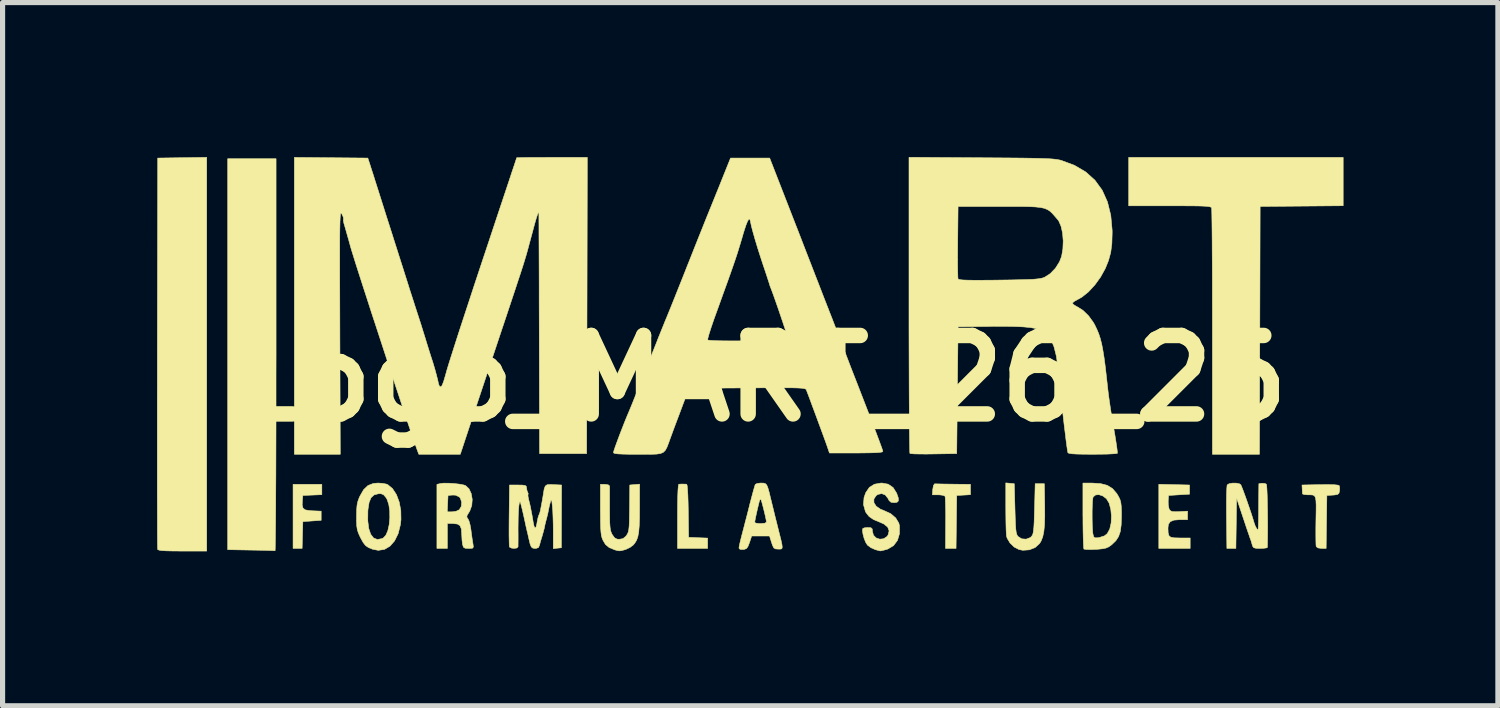
<source format=kicad_pcb>
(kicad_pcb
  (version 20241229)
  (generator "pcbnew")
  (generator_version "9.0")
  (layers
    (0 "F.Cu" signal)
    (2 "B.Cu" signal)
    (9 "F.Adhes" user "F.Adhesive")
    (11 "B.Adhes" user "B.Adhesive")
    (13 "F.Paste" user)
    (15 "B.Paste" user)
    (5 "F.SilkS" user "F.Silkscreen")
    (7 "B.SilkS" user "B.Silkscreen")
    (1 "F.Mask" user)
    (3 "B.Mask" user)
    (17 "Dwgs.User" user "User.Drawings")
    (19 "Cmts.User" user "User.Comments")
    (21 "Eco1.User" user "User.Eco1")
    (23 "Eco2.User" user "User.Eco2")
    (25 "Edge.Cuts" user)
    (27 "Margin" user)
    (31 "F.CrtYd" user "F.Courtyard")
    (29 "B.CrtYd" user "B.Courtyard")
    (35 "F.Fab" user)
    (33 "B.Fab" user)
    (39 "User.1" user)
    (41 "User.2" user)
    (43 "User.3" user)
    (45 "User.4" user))
  (footprint "Logo_MART_26_26"
    (layer "F.Cu")
    (at 11.735 4.3)
    (property "Reference" "Logo_MART_26_26" (at 0 0 0) (layer "F.SilkS") (effects (font (size 1.524 1.524) (thickness 0.3))))
    (attr through_hole)
    (fp_poly (pts (xy -8.534 2.258) (xy -8.903 2.273) (xy -8.911 2.359) (xy -8.916 2.458) (xy -8.9 2.519) (xy -8.856 2.553) (xy -8.775 2.567) (xy -8.718 2.571) (xy -8.547 2.578) (xy -8.547 2.756) (xy -8.903 2.781) (xy -8.917 3.302) (xy -9.093 3.302) (xy -9.093 2.057) (xy -8.534 2.057) (xy -8.534 2.258)) (stroke (width 0.01) (type solid)) (fill yes) (layer "F.SilkS"))
    (fp_poly (pts (xy -1.469 2.053) (xy -1.448 2.055) (xy -1.439 2.08) (xy -1.432 2.152) (xy -1.425 2.264) (xy -1.42 2.413) (xy -1.417 2.572) (xy -1.41 3.086) (xy -1.226 3.094) (xy -1.041 3.101) (xy -1.041 3.302) (xy -1.626 3.302) (xy -1.626 2.68) (xy -1.625 2.469) (xy -1.622 2.299) (xy -1.617 2.171) (xy -1.61 2.089) (xy -1.602 2.055) (xy -1.6 2.055) (xy -1.555 2.052) (xy -1.524 2.052) (xy -1.469 2.053)) (stroke (width 0.01) (type solid)) (fill yes) (layer "F.SilkS"))
    (fp_poly (pts (xy -9.423 -0.457) (xy -9.424 -0.022) (xy -9.424 0.4) (xy -9.424 0.804) (xy -9.425 1.189) (xy -9.426 1.552) (xy -9.427 1.889) (xy -9.429 2.198) (xy -9.43 2.476) (xy -9.432 2.721) (xy -9.434 2.93) (xy -9.436 3.099) (xy -9.438 3.227) (xy -9.44 3.31) (xy -9.442 3.346) (xy -9.442 3.347) (xy -9.473 3.345) (xy -9.546 3.342) (xy -9.652 3.339) (xy -9.784 3.336) (xy -9.912 3.334) (xy -10.363 3.326) (xy -10.363 -4.267) (xy -9.423 -4.267) (xy -9.423 -0.457)) (stroke (width 0.01) (type solid)) (fill yes) (layer "F.SilkS"))
    (fp_poly (pts (xy -10.77 3.353) (xy -11.24 3.353) (xy -11.418 3.352) (xy -11.55 3.349) (xy -11.641 3.344) (xy -11.696 3.335) (xy -11.721 3.324) (xy -11.723 3.321) (xy -11.724 3.292) (xy -11.726 3.216) (xy -11.727 3.094) (xy -11.728 2.93) (xy -11.728 2.726) (xy -11.729 2.486) (xy -11.73 2.212) (xy -11.73 1.906) (xy -11.73 1.573) (xy -11.73 1.214) (xy -11.73 0.832) (xy -11.73 0.43) (xy -11.729 0.012) (xy -11.729 -0.421) (xy -11.729 -0.495) (xy -11.722 -4.28) (xy -11.246 -4.287) (xy -10.77 -4.294) (xy -10.77 3.353)) (stroke (width 0.01) (type solid)) (fill yes) (layer "F.SilkS"))
    (fp_poly (pts (xy 3.408 2.048) (xy 3.484 2.05) (xy 3.59 2.052) (xy 3.715 2.053) (xy 3.734 2.054) (xy 4.064 2.057) (xy 4.064 2.258) (xy 3.931 2.266) (xy 3.797 2.273) (xy 3.784 3.302) (xy 3.579 3.302) (xy 3.582 2.808) (xy 3.583 2.653) (xy 3.581 2.516) (xy 3.578 2.404) (xy 3.575 2.325) (xy 3.57 2.288) (xy 3.569 2.287) (xy 3.536 2.271) (xy 3.471 2.262) (xy 3.439 2.261) (xy 3.324 2.261) (xy 3.332 2.153) (xy 3.345 2.08) (xy 3.366 2.048) (xy 3.372 2.047) (xy 3.408 2.048)) (stroke (width 0.01) (type solid)) (fill yes) (layer "F.SilkS"))
    (fp_poly (pts (xy 8.02 2.063) (xy 8.319 2.07) (xy 8.319 2.248) (xy 7.912 2.273) (xy 7.904 2.38) (xy 7.906 2.461) (xy 7.92 2.529) (xy 7.925 2.541) (xy 7.947 2.57) (xy 7.98 2.585) (xy 8.039 2.589) (xy 8.117 2.587) (xy 8.281 2.578) (xy 8.28 2.743) (xy 8.13 2.743) (xy 8.017 2.752) (xy 7.945 2.781) (xy 7.908 2.835) (xy 7.9 2.904) (xy 7.903 2.996) (xy 7.918 3.053) (xy 7.954 3.084) (xy 8.022 3.096) (xy 8.131 3.099) (xy 8.131 3.099) (xy 8.331 3.099) (xy 8.331 3.302) (xy 7.722 3.302) (xy 7.722 2.056) (xy 8.02 2.063)) (stroke (width 0.01) (type solid)) (fill yes) (layer "F.SilkS"))
    (fp_poly (pts (xy 11.303 -3.354) (xy 9.69 -3.34) (xy 9.677 1.473) (xy 8.763 1.473) (xy 8.763 -0.9) (xy 8.763 -1.243) (xy 8.762 -1.572) (xy 8.762 -1.884) (xy 8.761 -2.175) (xy 8.759 -2.44) (xy 8.758 -2.677) (xy 8.756 -2.882) (xy 8.754 -3.052) (xy 8.752 -3.182) (xy 8.75 -3.269) (xy 8.748 -3.31) (xy 8.748 -3.313) (xy 8.738 -3.324) (xy 8.717 -3.333) (xy 8.679 -3.34) (xy 8.618 -3.345) (xy 8.53 -3.349) (xy 8.409 -3.351) (xy 8.25 -3.352) (xy 8.048 -3.353) (xy 7.935 -3.353) (xy 7.137 -3.353) (xy 7.137 -4.293) (xy 11.303 -4.293) (xy 11.303 -3.354)) (stroke (width 0.01) (type solid)) (fill yes) (layer "F.SilkS"))
    (fp_poly (pts (xy 11.133 2.065) (xy 11.204 2.073) (xy 11.227 2.083) (xy 11.235 2.125) (xy 11.232 2.184) (xy 11.221 2.23) (xy 11.195 2.253) (xy 11.139 2.263) (xy 11.103 2.266) (xy 10.986 2.273) (xy 10.972 3.302) (xy 10.883 3.302) (xy 10.813 3.292) (xy 10.779 3.266) (xy 10.775 3.23) (xy 10.773 3.152) (xy 10.772 3.04) (xy 10.772 2.904) (xy 10.774 2.758) (xy 10.777 2.587) (xy 10.778 2.461) (xy 10.774 2.372) (xy 10.764 2.314) (xy 10.745 2.281) (xy 10.715 2.265) (xy 10.673 2.261) (xy 10.616 2.261) (xy 10.615 2.261) (xy 10.552 2.256) (xy 10.516 2.245) (xy 10.513 2.242) (xy 10.51 2.205) (xy 10.507 2.146) (xy 10.503 2.07) (xy 10.857 2.063) (xy 11.016 2.062) (xy 11.133 2.065)) (stroke (width 0.01) (type solid)) (fill yes) (layer "F.SilkS"))
    (fp_poly (pts (xy 4.832 2.037) (xy 4.915 2.045) (xy 4.928 2.531) (xy 4.933 2.702) (xy 4.938 2.831) (xy 4.944 2.923) (xy 4.952 2.986) (xy 4.963 3.028) (xy 4.977 3.057) (xy 4.989 3.071) (xy 5.059 3.115) (xy 5.144 3.122) (xy 5.223 3.092) (xy 5.248 3.071) (xy 5.265 3.047) (xy 5.278 3.014) (xy 5.287 2.965) (xy 5.295 2.892) (xy 5.301 2.787) (xy 5.305 2.644) (xy 5.309 2.531) (xy 5.321 2.045) (xy 5.499 2.045) (xy 5.506 2.464) (xy 5.507 2.675) (xy 5.502 2.842) (xy 5.489 2.973) (xy 5.468 3.075) (xy 5.437 3.155) (xy 5.407 3.205) (xy 5.321 3.284) (xy 5.208 3.329) (xy 5.081 3.338) (xy 5.005 3.323) (xy 4.913 3.275) (xy 4.831 3.196) (xy 4.776 3.102) (xy 4.765 3.065) (xy 4.76 3.017) (xy 4.756 2.927) (xy 4.753 2.805) (xy 4.751 2.661) (xy 4.75 2.51) (xy 4.75 2.029) (xy 4.832 2.037)) (stroke (width 0.01) (type solid)) (fill yes) (layer "F.SilkS"))
    (fp_poly (pts (xy -2.363 2.519) (xy -2.364 2.716) (xy -2.37 2.868) (xy -2.38 2.986) (xy -2.397 3.075) (xy -2.421 3.143) (xy -2.455 3.198) (xy -2.485 3.235) (xy -2.548 3.282) (xy -2.628 3.32) (xy -2.639 3.324) (xy -2.711 3.344) (xy -2.759 3.349) (xy -2.809 3.34) (xy -2.846 3.329) (xy -2.953 3.285) (xy -3.025 3.225) (xy -3.075 3.141) (xy -3.092 3.098) (xy -3.105 3.048) (xy -3.113 2.984) (xy -3.119 2.897) (xy -3.122 2.779) (xy -3.123 2.622) (xy -3.124 2.546) (xy -3.124 2.057) (xy -3.035 2.057) (xy -2.972 2.066) (xy -2.946 2.088) (xy -2.946 2.089) (xy -2.945 2.124) (xy -2.945 2.201) (xy -2.945 2.31) (xy -2.945 2.441) (xy -2.945 2.534) (xy -2.944 2.691) (xy -2.942 2.806) (xy -2.936 2.889) (xy -2.928 2.947) (xy -2.914 2.991) (xy -2.896 3.03) (xy -2.892 3.035) (xy -2.848 3.096) (xy -2.8 3.121) (xy -2.755 3.124) (xy -2.684 3.111) (xy -2.629 3.065) (xy -2.616 3.048) (xy -2.597 3.017) (xy -2.582 2.982) (xy -2.572 2.934) (xy -2.565 2.865) (xy -2.561 2.767) (xy -2.559 2.632) (xy -2.557 2.521) (xy -2.553 2.07) (xy -2.457 2.062) (xy -2.362 2.054) (xy -2.363 2.519)) (stroke (width 0.01) (type solid)) (fill yes) (layer "F.SilkS"))
    (fp_poly (pts (xy -7.356 2.038) (xy -7.282 2.052) (xy -7.257 2.061) (xy -7.162 2.139) (xy -7.086 2.255) (xy -7.031 2.401) (xy -7 2.567) (xy -6.997 2.743) (xy -7.008 2.841) (xy -7.052 3.015) (xy -7.121 3.155) (xy -7.211 3.258) (xy -7.318 3.321) (xy -7.438 3.339) (xy -7.55 3.317) (xy -7.63 3.284) (xy -7.686 3.245) (xy -7.732 3.186) (xy -7.782 3.095) (xy -7.791 3.077) (xy -7.824 3.004) (xy -7.845 2.939) (xy -7.856 2.866) (xy -7.86 2.769) (xy -7.86 2.762) (xy -7.642 2.762) (xy -7.623 2.914) (xy -7.585 3.027) (xy -7.528 3.1) (xy -7.455 3.128) (xy -7.366 3.111) (xy -7.341 3.099) (xy -7.291 3.046) (xy -7.252 2.956) (xy -7.226 2.839) (xy -7.214 2.709) (xy -7.216 2.576) (xy -7.233 2.453) (xy -7.266 2.352) (xy -7.287 2.315) (xy -7.334 2.26) (xy -7.383 2.24) (xy -7.436 2.24) (xy -7.519 2.262) (xy -7.578 2.316) (xy -7.616 2.407) (xy -7.637 2.54) (xy -7.64 2.574) (xy -7.642 2.762) (xy -7.86 2.762) (xy -7.86 2.68) (xy -7.858 2.553) (xy -7.85 2.46) (xy -7.834 2.386) (xy -7.807 2.313) (xy -7.793 2.284) (xy -7.722 2.16) (xy -7.638 2.08) (xy -7.535 2.04) (xy -7.443 2.032) (xy -7.356 2.038)) (stroke (width 0.01) (type solid)) (fill yes) (layer "F.SilkS"))
    (fp_poly (pts (xy -6.068 2.035) (xy -5.959 2.042) (xy -5.856 2.054) (xy -5.775 2.07) (xy -5.743 2.081) (xy -5.676 2.144) (xy -5.632 2.238) (xy -5.613 2.351) (xy -5.622 2.467) (xy -5.66 2.573) (xy -5.674 2.597) (xy -5.711 2.656) (xy -5.719 2.692) (xy -5.701 2.721) (xy -5.698 2.724) (xy -5.676 2.767) (xy -5.655 2.844) (xy -5.638 2.94) (xy -5.637 2.949) (xy -5.623 3.055) (xy -5.609 3.152) (xy -5.598 3.219) (xy -5.598 3.219) (xy -5.591 3.272) (xy -5.604 3.296) (xy -5.65 3.302) (xy -5.684 3.302) (xy -5.75 3.298) (xy -5.783 3.279) (xy -5.799 3.232) (xy -5.801 3.223) (xy -5.811 3.145) (xy -5.816 3.052) (xy -5.817 3.03) (xy -5.824 2.925) (xy -5.85 2.86) (xy -5.901 2.828) (xy -5.983 2.819) (xy -6.096 2.819) (xy -6.096 3.302) (xy -6.299 3.302) (xy -6.299 2.591) (xy -6.098 2.591) (xy -6.004 2.591) (xy -5.927 2.58) (xy -5.867 2.552) (xy -5.863 2.549) (xy -5.825 2.484) (xy -5.819 2.403) (xy -5.843 2.328) (xy -5.865 2.301) (xy -5.938 2.267) (xy -5.998 2.265) (xy -6.083 2.273) (xy -6.091 2.432) (xy -6.098 2.591) (xy -6.299 2.591) (xy -6.299 2.058) (xy -6.233 2.042) (xy -6.165 2.034) (xy -6.068 2.035)) (stroke (width 0.01) (type solid)) (fill yes) (layer "F.SilkS"))
    (fp_poly (pts (xy 6.591 2.043) (xy 6.722 2.077) (xy 6.824 2.141) (xy 6.907 2.238) (xy 6.943 2.299) (xy 6.968 2.352) (xy 6.984 2.41) (xy 6.993 2.485) (xy 6.997 2.59) (xy 6.997 2.68) (xy 6.991 2.846) (xy 6.974 2.974) (xy 6.94 3.072) (xy 6.887 3.153) (xy 6.811 3.226) (xy 6.803 3.233) (xy 6.75 3.271) (xy 6.696 3.295) (xy 6.626 3.309) (xy 6.524 3.319) (xy 6.498 3.32) (xy 6.399 3.324) (xy 6.319 3.322) (xy 6.273 3.316) (xy 6.267 3.313) (xy 6.262 3.283) (xy 6.258 3.21) (xy 6.254 3.1) (xy 6.251 2.96) (xy 6.249 2.798) (xy 6.249 2.706) (xy 6.427 2.706) (xy 6.429 2.828) (xy 6.434 2.934) (xy 6.44 3.009) (xy 6.443 3.022) (xy 6.456 3.074) (xy 6.48 3.095) (xy 6.531 3.095) (xy 6.563 3.091) (xy 6.666 3.058) (xy 6.721 3.014) (xy 6.769 2.926) (xy 6.796 2.807) (xy 6.802 2.673) (xy 6.789 2.54) (xy 6.757 2.422) (xy 6.705 2.336) (xy 6.635 2.283) (xy 6.56 2.258) (xy 6.494 2.263) (xy 6.45 2.299) (xy 6.442 2.318) (xy 6.435 2.372) (xy 6.43 2.464) (xy 6.427 2.58) (xy 6.427 2.706) (xy 6.249 2.706) (xy 6.248 2.663) (xy 6.248 2.032) (xy 6.422 2.032) (xy 6.591 2.043)) (stroke (width 0.01) (type solid)) (fill yes) (layer "F.SilkS"))
    (fp_poly (pts (xy 9.228 2.034) (xy 9.289 2.047) (xy 9.314 2.064) (xy 9.33 2.1) (xy 9.359 2.174) (xy 9.396 2.274) (xy 9.437 2.389) (xy 9.478 2.508) (xy 9.516 2.62) (xy 9.546 2.714) (xy 9.566 2.779) (xy 9.57 2.794) (xy 9.595 2.865) (xy 9.618 2.908) (xy 9.631 2.928) (xy 9.641 2.939) (xy 9.648 2.935) (xy 9.653 2.911) (xy 9.656 2.86) (xy 9.658 2.777) (xy 9.66 2.656) (xy 9.661 2.49) (xy 9.661 2.464) (xy 9.665 2.045) (xy 9.725 2.036) (xy 9.782 2.04) (xy 9.811 2.054) (xy 9.817 2.084) (xy 9.822 2.156) (xy 9.827 2.264) (xy 9.83 2.397) (xy 9.833 2.549) (xy 9.835 2.711) (xy 9.836 2.875) (xy 9.835 3.033) (xy 9.833 3.176) (xy 9.831 3.283) (xy 9.807 3.293) (xy 9.748 3.3) (xy 9.693 3.302) (xy 9.613 3.3) (xy 9.569 3.289) (xy 9.547 3.264) (xy 9.536 3.232) (xy 9.52 3.175) (xy 9.509 3.14) (xy 9.495 3.103) (xy 9.493 3.099) (xy 9.481 3.062) (xy 9.455 2.987) (xy 9.419 2.882) (xy 9.378 2.758) (xy 9.356 2.693) (xy 9.233 2.326) (xy 9.226 2.814) (xy 9.219 3.302) (xy 9.044 3.302) (xy 9.037 2.703) (xy 9.036 2.532) (xy 9.036 2.377) (xy 9.038 2.246) (xy 9.042 2.145) (xy 9.047 2.084) (xy 9.05 2.068) (xy 9.088 2.045) (xy 9.154 2.033) (xy 9.228 2.034)) (stroke (width 0.01) (type solid)) (fill yes) (layer "F.SilkS"))
    (fp_poly (pts (xy 2.466 2.054) (xy 2.561 2.119) (xy 2.629 2.227) (xy 2.63 2.228) (xy 2.662 2.32) (xy 2.665 2.378) (xy 2.636 2.406) (xy 2.583 2.413) (xy 2.52 2.405) (xy 2.482 2.37) (xy 2.462 2.33) (xy 2.41 2.264) (xy 2.34 2.237) (xy 2.265 2.253) (xy 2.233 2.275) (xy 2.188 2.342) (xy 2.189 2.413) (xy 2.232 2.481) (xy 2.313 2.538) (xy 2.382 2.566) (xy 2.512 2.625) (xy 2.611 2.709) (xy 2.672 2.809) (xy 2.685 2.862) (xy 2.685 3.016) (xy 2.646 3.146) (xy 2.57 3.247) (xy 2.46 3.313) (xy 2.426 3.324) (xy 2.36 3.341) (xy 2.317 3.35) (xy 2.311 3.35) (xy 2.281 3.343) (xy 2.222 3.327) (xy 2.21 3.323) (xy 2.131 3.288) (xy 2.064 3.238) (xy 2.063 3.237) (xy 2.029 3.184) (xy 1.998 3.106) (xy 1.976 3.023) (xy 1.966 2.953) (xy 1.972 2.915) (xy 2.003 2.902) (xy 2.063 2.896) (xy 2.072 2.896) (xy 2.131 2.9) (xy 2.155 2.922) (xy 2.159 2.968) (xy 2.18 3.046) (xy 2.232 3.098) (xy 2.303 3.122) (xy 2.377 3.114) (xy 2.442 3.071) (xy 2.463 3.042) (xy 2.484 2.961) (xy 2.457 2.889) (xy 2.384 2.828) (xy 2.31 2.795) (xy 2.182 2.742) (xy 2.095 2.682) (xy 2.036 2.607) (xy 2.023 2.583) (xy 1.986 2.45) (xy 1.997 2.311) (xy 2.031 2.218) (xy 2.1 2.116) (xy 2.198 2.055) (xy 2.328 2.032) (xy 2.345 2.032) (xy 2.466 2.054)) (stroke (width 0.01) (type solid)) (fill yes) (layer "F.SilkS"))
    (fp_poly (pts (xy 0.048 2.034) (xy 0.082 2.044) (xy 0.108 2.072) (xy 0.13 2.126) (xy 0.155 2.214) (xy 0.178 2.311) (xy 0.202 2.408) (xy 0.234 2.538) (xy 0.27 2.686) (xy 0.308 2.837) (xy 0.316 2.87) (xy 0.356 3.029) (xy 0.385 3.144) (xy 0.402 3.224) (xy 0.408 3.274) (xy 0.403 3.302) (xy 0.388 3.313) (xy 0.362 3.315) (xy 0.33 3.315) (xy 0.277 3.311) (xy 0.245 3.293) (xy 0.221 3.247) (xy 0.201 3.188) (xy 0.161 3.061) (xy -0.186 3.061) (xy -0.228 3.188) (xy -0.257 3.263) (xy -0.285 3.303) (xy -0.325 3.319) (xy -0.351 3.323) (xy -0.41 3.321) (xy -0.431 3.298) (xy -0.432 3.291) (xy -0.426 3.251) (xy -0.409 3.174) (xy -0.384 3.074) (xy -0.366 3.004) (xy -0.333 2.878) (xy -0.312 2.796) (xy -0.127 2.796) (xy -0.104 2.81) (xy -0.047 2.818) (xy -0.013 2.819) (xy 0.067 2.813) (xy 0.1 2.793) (xy 0.101 2.788) (xy 0.095 2.747) (xy 0.08 2.675) (xy 0.059 2.586) (xy 0.036 2.495) (xy 0.015 2.415) (xy -0.002 2.36) (xy -0.009 2.345) (xy -0.024 2.355) (xy -0.035 2.379) (xy -0.049 2.435) (xy -0.069 2.517) (xy -0.09 2.609) (xy -0.109 2.697) (xy -0.122 2.764) (xy -0.127 2.796) (xy -0.312 2.796) (xy -0.293 2.724) (xy -0.251 2.561) (xy -0.216 2.42) (xy -0.183 2.295) (xy -0.154 2.187) (xy -0.131 2.106) (xy -0.117 2.062) (xy -0.115 2.058) (xy -0.081 2.041) (xy -0.018 2.032) (xy -0.001 2.032) (xy 0.048 2.034)) (stroke (width 0.01) (type solid)) (fill yes) (layer "F.SilkS"))
    (fp_poly (pts (xy -4.032 2.063) (xy -3.878 2.07) (xy -3.88 2.68) (xy -3.882 3.289) (xy -3.96 3.297) (xy -4.039 3.305) (xy -4.039 2.977) (xy -4.04 2.835) (xy -4.044 2.694) (xy -4.049 2.571) (xy -4.056 2.487) (xy -4.065 2.402) (xy -4.073 2.363) (xy -4.082 2.363) (xy -4.094 2.398) (xy -4.095 2.4) (xy -4.117 2.485) (xy -4.131 2.553) (xy -4.146 2.629) (xy -4.168 2.717) (xy -4.172 2.731) (xy -4.19 2.8) (xy -4.202 2.85) (xy -4.203 2.857) (xy -4.214 2.911) (xy -4.235 2.99) (xy -4.258 3.071) (xy -4.267 3.099) (xy -4.29 3.175) (xy -4.304 3.232) (xy -4.326 3.284) (xy -4.372 3.301) (xy -4.392 3.302) (xy -4.437 3.296) (xy -4.467 3.271) (xy -4.489 3.216) (xy -4.511 3.124) (xy -4.521 3.077) (xy -4.538 3.004) (xy -4.546 2.972) (xy -4.565 2.891) (xy -4.58 2.823) (xy -4.583 2.807) (xy -4.611 2.679) (xy -4.637 2.564) (xy -4.66 2.472) (xy -4.676 2.412) (xy -4.683 2.395) (xy -4.695 2.406) (xy -4.706 2.463) (xy -4.714 2.559) (xy -4.72 2.688) (xy -4.722 2.844) (xy -4.723 2.908) (xy -4.722 3.035) (xy -4.722 3.144) (xy -4.723 3.225) (xy -4.723 3.268) (xy -4.723 3.27) (xy -4.745 3.293) (xy -4.794 3.301) (xy -4.848 3.296) (xy -4.886 3.277) (xy -4.891 3.27) (xy -4.894 3.236) (xy -4.896 3.159) (xy -4.898 3.047) (xy -4.898 2.906) (xy -4.897 2.746) (xy -4.896 2.654) (xy -4.889 2.07) (xy -4.724 2.07) (xy -4.635 2.072) (xy -4.585 2.079) (xy -4.564 2.095) (xy -4.559 2.121) (xy -4.549 2.18) (xy -4.538 2.205) (xy -4.525 2.241) (xy -4.529 2.251) (xy -4.531 2.282) (xy -4.52 2.341) (xy -4.516 2.357) (xy -4.496 2.436) (xy -4.481 2.503) (xy -4.48 2.508) (xy -4.466 2.583) (xy -4.458 2.623) (xy -4.447 2.684) (xy -4.433 2.766) (xy -4.43 2.788) (xy -4.412 2.871) (xy -4.393 2.904) (xy -4.374 2.887) (xy -4.357 2.82) (xy -4.355 2.801) (xy -4.34 2.724) (xy -4.325 2.668) (xy -4.318 2.654) (xy -4.302 2.615) (xy -4.285 2.547) (xy -4.282 2.527) (xy -4.267 2.449) (xy -4.255 2.384) (xy -4.254 2.375) (xy -4.243 2.314) (xy -4.231 2.239) (xy -4.215 2.144) (xy -4.194 2.09) (xy -4.158 2.065) (xy -4.094 2.06) (xy -4.032 2.063)) (stroke (width 0.01) (type solid)) (fill yes) (layer "F.SilkS"))
    (fp_poly (pts (xy -7.641 -4.28) (xy -7.595 -4.14) (xy -7.573 -4.07) (xy -7.538 -3.963) (xy -7.496 -3.829) (xy -7.448 -3.679) (xy -7.405 -3.543) (xy -7.348 -3.363) (xy -7.285 -3.164) (xy -7.222 -2.967) (xy -7.165 -2.789) (xy -7.139 -2.705) (xy -7.088 -2.546) (xy -7.028 -2.357) (xy -6.964 -2.157) (xy -6.903 -1.964) (xy -6.872 -1.867) (xy -6.821 -1.704) (xy -6.768 -1.541) (xy -6.72 -1.391) (xy -6.679 -1.265) (xy -6.656 -1.194) (xy -6.613 -1.062) (xy -6.566 -0.91) (xy -6.522 -0.769) (xy -6.516 -0.749) (xy -6.481 -0.635) (xy -6.447 -0.526) (xy -6.42 -0.441) (xy -6.413 -0.419) (xy -6.377 -0.308) (xy -6.341 -0.187) (xy -6.309 -0.07) (xy -6.284 0.028) (xy -6.27 0.095) (xy -6.269 0.102) (xy -6.251 0.149) (xy -6.226 0.165) (xy -6.201 0.14) (xy -6.171 0.067) (xy -6.135 -0.054) (xy -6.129 -0.076) (xy -6.108 -0.152) (xy -6.074 -0.265) (xy -6.026 -0.418) (xy -5.964 -0.612) (xy -5.889 -0.846) (xy -5.799 -1.122) (xy -5.694 -1.441) (xy -5.575 -1.804) (xy -5.44 -2.211) (xy -5.289 -2.664) (xy -5.123 -3.164) (xy -5.013 -3.493) (xy -4.95 -3.682) (xy -4.892 -3.856) (xy -4.842 -4.008) (xy -4.8 -4.132) (xy -4.77 -4.223) (xy -4.753 -4.276) (xy -4.75 -4.286) (xy -4.726 -4.288) (xy -4.657 -4.289) (xy -4.551 -4.291) (xy -4.413 -4.292) (xy -4.251 -4.292) (xy -4.071 -4.293) (xy -3.378 -4.293) (xy -3.384 -1.416) (xy -3.391 1.46) (xy -4.305 1.46) (xy -4.311 -0.838) (xy -4.312 -1.177) (xy -4.313 -1.502) (xy -4.313 -1.809) (xy -4.314 -2.096) (xy -4.315 -2.358) (xy -4.316 -2.591) (xy -4.317 -2.792) (xy -4.317 -2.957) (xy -4.318 -3.083) (xy -4.318 -3.165) (xy -4.319 -3.2) (xy -4.319 -3.2) (xy -4.322 -3.223) (xy -4.332 -3.216) (xy -4.347 -3.178) (xy -4.371 -3.104) (xy -4.404 -2.99) (xy -4.446 -2.833) (xy -4.484 -2.692) (xy -4.507 -2.607) (xy -4.527 -2.532) (xy -4.546 -2.463) (xy -4.565 -2.395) (xy -4.587 -2.323) (xy -4.611 -2.243) (xy -4.641 -2.149) (xy -4.677 -2.038) (xy -4.721 -1.905) (xy -4.774 -1.744) (xy -4.838 -1.552) (xy -4.914 -1.323) (xy -5.004 -1.053) (xy -5.055 -0.902) (xy -5.141 -0.643) (xy -5.23 -0.376) (xy -5.319 -0.109) (xy -5.405 0.149) (xy -5.485 0.389) (xy -5.556 0.603) (xy -5.616 0.782) (xy -5.641 0.857) (xy -5.845 1.473) (xy -6.651 1.473) (xy -6.691 1.365) (xy -6.719 1.285) (xy -6.762 1.163) (xy -6.816 1.003) (xy -6.881 0.811) (xy -6.954 0.591) (xy -7.034 0.349) (xy -7.12 0.09) (xy -7.209 -0.181) (xy -7.301 -0.46) (xy -7.393 -0.741) (xy -7.484 -1.02) (xy -7.573 -1.29) (xy -7.656 -1.548) (xy -7.734 -1.788) (xy -7.804 -2.006) (xy -7.865 -2.196) (xy -7.914 -2.353) (xy -7.951 -2.472) (xy -7.974 -2.548) (xy -7.975 -2.553) (xy -8.013 -2.69) (xy -8.049 -2.816) (xy -8.078 -2.919) (xy -8.098 -2.988) (xy -8.104 -3.006) (xy -8.117 -3.065) (xy -8.114 -3.1) (xy -8.118 -3.134) (xy -8.143 -3.188) (xy -8.146 -3.195) (xy -8.154 -3.206) (xy -8.161 -3.21) (xy -8.167 -3.205) (xy -8.172 -3.187) (xy -8.176 -3.154) (xy -8.179 -3.102) (xy -8.182 -3.029) (xy -8.184 -2.932) (xy -8.186 -2.808) (xy -8.187 -2.653) (xy -8.187 -2.466) (xy -8.187 -2.243) (xy -8.187 -1.98) (xy -8.186 -1.676) (xy -8.185 -1.328) (xy -8.184 -0.931) (xy -8.184 -0.898) (xy -8.176 1.473) (xy -9.068 1.473) (xy -9.068 -4.293) (xy -7.641 -4.28)) (stroke (width 0.01) (type solid)) (fill yes) (layer "F.SilkS"))
    (fp_poly (pts (xy 4.274 -4.286) (xy 4.582 -4.284) (xy 4.843 -4.282) (xy 5.062 -4.28) (xy 5.244 -4.277) (xy 5.392 -4.274) (xy 5.511 -4.27) (xy 5.606 -4.266) (xy 5.68 -4.26) (xy 5.738 -4.253) (xy 5.784 -4.245) (xy 5.823 -4.236) (xy 5.829 -4.234) (xy 6.086 -4.138) (xy 6.303 -4.01) (xy 6.482 -3.849) (xy 6.623 -3.655) (xy 6.725 -3.428) (xy 6.789 -3.168) (xy 6.816 -2.874) (xy 6.816 -2.819) (xy 6.81 -2.617) (xy 6.788 -2.447) (xy 6.745 -2.29) (xy 6.683 -2.136) (xy 6.592 -1.971) (xy 6.48 -1.816) (xy 6.356 -1.682) (xy 6.229 -1.58) (xy 6.146 -1.533) (xy 6.085 -1.5) (xy 6.049 -1.47) (xy 6.045 -1.46) (xy 6.066 -1.434) (xy 6.119 -1.4) (xy 6.143 -1.389) (xy 6.25 -1.321) (xy 6.357 -1.217) (xy 6.448 -1.092) (xy 6.478 -1.04) (xy 6.519 -0.954) (xy 6.555 -0.868) (xy 6.585 -0.776) (xy 6.612 -0.671) (xy 6.636 -0.547) (xy 6.66 -0.398) (xy 6.684 -0.216) (xy 6.709 0.005) (xy 6.734 0.23) (xy 6.747 0.335) (xy 6.767 0.478) (xy 6.792 0.642) (xy 6.82 0.816) (xy 6.844 0.954) (xy 6.87 1.104) (xy 6.891 1.237) (xy 6.907 1.345) (xy 6.916 1.42) (xy 6.918 1.454) (xy 6.917 1.454) (xy 6.889 1.46) (xy 6.819 1.465) (xy 6.714 1.47) (xy 6.583 1.472) (xy 6.437 1.473) (xy 6.26 1.472) (xy 6.128 1.469) (xy 6.038 1.464) (xy 5.983 1.456) (xy 5.958 1.445) (xy 5.956 1.441) (xy 5.948 1.401) (xy 5.936 1.318) (xy 5.92 1.199) (xy 5.902 1.051) (xy 5.881 0.881) (xy 5.86 0.698) (xy 5.84 0.507) (xy 5.829 0.406) (xy 5.812 0.249) (xy 5.795 0.085) (xy 5.779 -0.067) (xy 5.766 -0.189) (xy 5.765 -0.2) (xy 5.733 -0.429) (xy 5.687 -0.613) (xy 5.628 -0.754) (xy 5.553 -0.857) (xy 5.483 -0.913) (xy 5.418 -0.945) (xy 5.335 -0.969) (xy 5.228 -0.988) (xy 5.093 -1.001) (xy 4.923 -1.009) (xy 4.714 -1.012) (xy 4.46 -1.011) (xy 4.445 -1.01) (xy 3.823 -1.003) (xy 3.797 1.46) (xy 3.351 1.467) (xy 3.206 1.469) (xy 3.078 1.468) (xy 2.976 1.466) (xy 2.91 1.461) (xy 2.888 1.457) (xy 2.885 1.43) (xy 2.883 1.355) (xy 2.881 1.236) (xy 2.879 1.075) (xy 2.877 0.877) (xy 2.876 0.645) (xy 2.874 0.38) (xy 2.873 0.088) (xy 2.872 -0.23) (xy 2.871 -0.569) (xy 2.87 -0.927) (xy 2.87 -1.3) (xy 2.87 -1.428) (xy 2.87 -2.305) (xy 3.814 -2.305) (xy 3.815 -2.161) (xy 3.817 -2.046) (xy 3.819 -1.969) (xy 3.822 -1.935) (xy 3.822 -1.935) (xy 3.834 -1.925) (xy 3.865 -1.918) (xy 3.918 -1.912) (xy 4 -1.909) (xy 4.115 -1.907) (xy 4.268 -1.907) (xy 4.464 -1.908) (xy 4.616 -1.91) (xy 4.842 -1.913) (xy 5.022 -1.917) (xy 5.163 -1.921) (xy 5.272 -1.925) (xy 5.354 -1.932) (xy 5.415 -1.94) (xy 5.461 -1.95) (xy 5.498 -1.963) (xy 5.504 -1.965) (xy 5.614 -2.036) (xy 5.715 -2.141) (xy 5.794 -2.267) (xy 5.834 -2.371) (xy 5.859 -2.517) (xy 5.865 -2.671) (xy 5.853 -2.821) (xy 5.824 -2.953) (xy 5.781 -3.054) (xy 5.764 -3.078) (xy 5.706 -3.146) (xy 5.657 -3.202) (xy 5.611 -3.246) (xy 5.56 -3.279) (xy 5.5 -3.304) (xy 5.424 -3.32) (xy 5.326 -3.331) (xy 5.2 -3.337) (xy 5.041 -3.34) (xy 4.842 -3.34) (xy 4.636 -3.34) (xy 3.823 -3.34) (xy 3.816 -2.655) (xy 3.815 -2.472) (xy 3.814 -2.305) (xy 2.87 -2.305) (xy 2.87 -4.295) (xy 4.274 -4.286)) (stroke (width 0.01) (type solid)) (fill yes) (layer "F.SilkS"))
    (fp_poly (pts (xy 0.451 -3.543) (xy 0.537 -3.322) (xy 0.631 -3.08) (xy 0.728 -2.832) (xy 0.821 -2.591) (xy 0.906 -2.372) (xy 0.969 -2.21) (xy 1.04 -2.026) (xy 1.113 -1.839) (xy 1.182 -1.66) (xy 1.244 -1.5) (xy 1.295 -1.371) (xy 1.314 -1.321) (xy 1.37 -1.179) (xy 1.429 -1.026) (xy 1.484 -0.883) (xy 1.516 -0.8) (xy 1.639 -0.479) (xy 1.759 -0.166) (xy 1.849 0.064) (xy 1.972 0.381) (xy 2.077 0.652) (xy 2.165 0.88) (xy 2.236 1.066) (xy 2.29 1.21) (xy 2.329 1.316) (xy 2.353 1.384) (xy 2.362 1.416) (xy 2.362 1.418) (xy 2.346 1.429) (xy 2.296 1.437) (xy 2.208 1.443) (xy 2.077 1.446) (xy 1.901 1.448) (xy 1.844 1.448) (xy 1.325 1.448) (xy 1.275 1.302) (xy 1.252 1.237) (xy 1.216 1.138) (xy 1.17 1.013) (xy 1.118 0.872) (xy 1.064 0.725) (xy 1.01 0.58) (xy 0.961 0.448) (xy 0.92 0.337) (xy 0.889 0.257) (xy 0.876 0.222) (xy 0.869 0.211) (xy 0.855 0.203) (xy 0.829 0.196) (xy 0.787 0.19) (xy 0.724 0.186) (xy 0.636 0.183) (xy 0.519 0.182) (xy 0.367 0.181) (xy 0.178 0.182) (xy -0.055 0.183) (xy -0.272 0.184) (xy -1.402 0.191) (xy -1.541 0.559) (xy -1.597 0.709) (xy -1.655 0.862) (xy -1.708 1.004) (xy -1.75 1.119) (xy -1.759 1.143) (xy -1.799 1.254) (xy -1.831 1.338) (xy -1.863 1.397) (xy -1.903 1.436) (xy -1.958 1.459) (xy -2.036 1.47) (xy -2.146 1.474) (xy -2.294 1.473) (xy -2.391 1.473) (xy -2.562 1.473) (xy -2.689 1.47) (xy -2.777 1.466) (xy -2.833 1.46) (xy -2.862 1.451) (xy -2.87 1.438) (xy -2.87 1.438) (xy -2.861 1.403) (xy -2.837 1.331) (xy -2.8 1.23) (xy -2.756 1.111) (xy -2.706 0.982) (xy -2.656 0.854) (xy -2.608 0.736) (xy -2.566 0.637) (xy -2.565 0.635) (xy -2.544 0.584) (xy -2.506 0.492) (xy -2.456 0.366) (xy -2.395 0.213) (xy -2.325 0.039) (xy -2.251 -0.149) (xy -2.21 -0.254) (xy -2.134 -0.446) (xy -2.061 -0.629) (xy -2.013 -0.749) (xy -1.041 -0.749) (xy -1.016 -0.741) (xy -0.941 -0.736) (xy -0.819 -0.731) (xy -0.649 -0.729) (xy -0.433 -0.729) (xy -0.26 -0.73) (xy -0.04 -0.732) (xy 0.134 -0.734) (xy 0.268 -0.736) (xy 0.367 -0.74) (xy 0.436 -0.744) (xy 0.48 -0.75) (xy 0.505 -0.758) (xy 0.516 -0.769) (xy 0.517 -0.781) (xy 0.508 -0.815) (xy 0.486 -0.888) (xy 0.453 -0.99) (xy 0.412 -1.113) (xy 0.367 -1.246) (xy 0.321 -1.381) (xy 0.276 -1.509) (xy 0.237 -1.62) (xy 0.206 -1.704) (xy 0.187 -1.753) (xy 0.168 -1.803) (xy 0.164 -1.818) (xy 0.154 -1.851) (xy 0.131 -1.922) (xy 0.098 -2.023) (xy 0.058 -2.143) (xy 0.043 -2.186) (xy -0.015 -2.363) (xy -0.071 -2.538) (xy -0.12 -2.701) (xy -0.161 -2.845) (xy -0.191 -2.959) (xy -0.207 -3.036) (xy -0.208 -3.043) (xy -0.22 -3.09) (xy -0.239 -3.095) (xy -0.265 -3.055) (xy -0.299 -2.97) (xy -0.342 -2.838) (xy -0.371 -2.737) (xy -0.403 -2.63) (xy -0.434 -2.528) (xy -0.466 -2.425) (xy -0.503 -2.313) (xy -0.546 -2.188) (xy -0.597 -2.042) (xy -0.659 -1.868) (xy -0.734 -1.661) (xy -0.823 -1.413) (xy -0.84 -1.366) (xy -0.917 -1.154) (xy -0.975 -0.984) (xy -1.015 -0.858) (xy -1.037 -0.777) (xy -1.041 -0.749) (xy -2.013 -0.749) (xy -1.996 -0.794) (xy -1.939 -0.935) (xy -1.894 -1.046) (xy -1.864 -1.121) (xy -1.854 -1.143) (xy -1.834 -1.192) (xy -1.797 -1.283) (xy -1.746 -1.408) (xy -1.684 -1.563) (xy -1.613 -1.741) (xy -1.535 -1.936) (xy -1.453 -2.143) (xy -1.447 -2.159) (xy -1.364 -2.367) (xy -1.286 -2.564) (xy -1.214 -2.745) (xy -1.15 -2.904) (xy -1.098 -3.035) (xy -1.06 -3.13) (xy -1.037 -3.186) (xy -1.036 -3.188) (xy -1.011 -3.251) (xy -0.97 -3.351) (xy -0.918 -3.48) (xy -0.859 -3.626) (xy -0.796 -3.781) (xy -0.79 -3.797) (xy -0.596 -4.28) (xy 0.164 -4.28) (xy 0.451 -3.543)) (stroke (width 0.01) (type solid)) (fill yes) (layer "F.SilkS")))
  (gr_rect
    (start -3 -3)
    (end 26.043 10.658)
    (stroke (width 0.1) (type default))
    (fill no)
    (layer "Edge.Cuts")))
</source>
